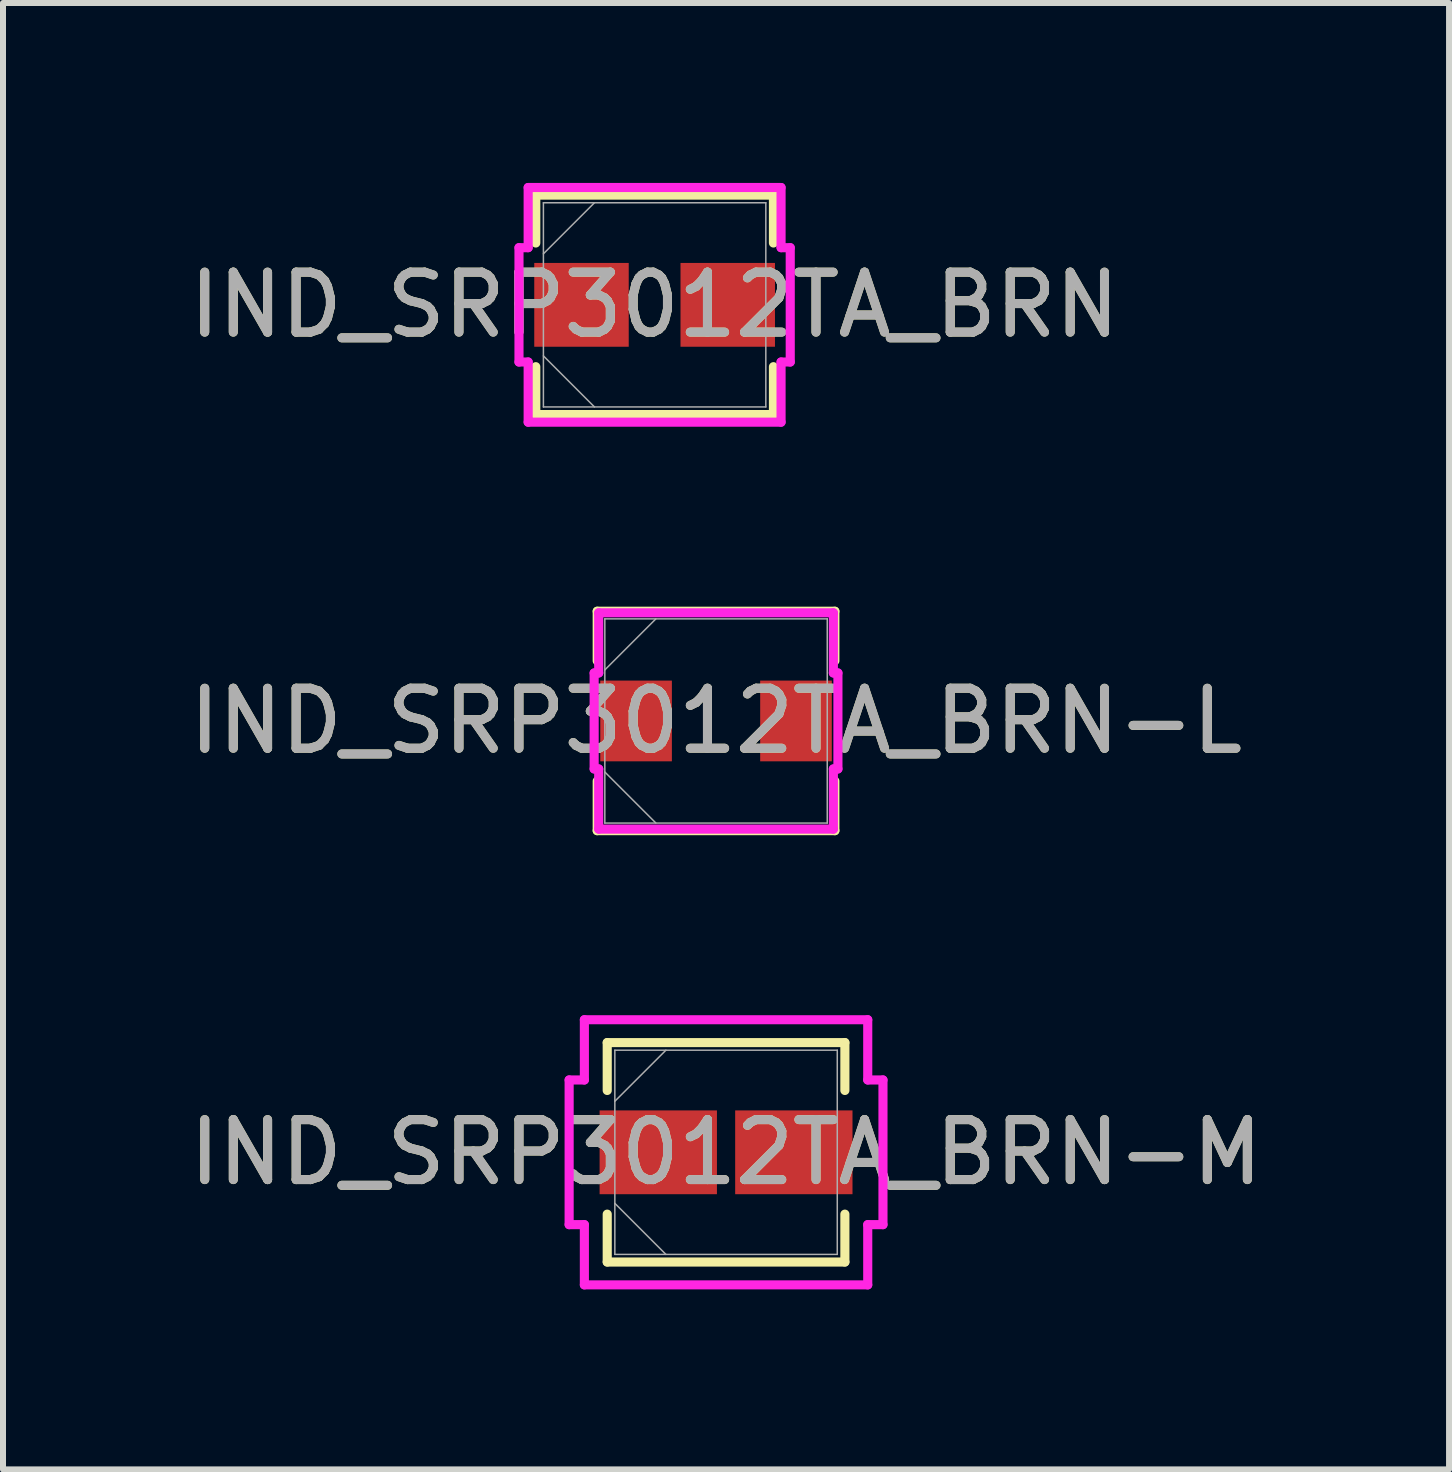
<source format=kicad_pcb>
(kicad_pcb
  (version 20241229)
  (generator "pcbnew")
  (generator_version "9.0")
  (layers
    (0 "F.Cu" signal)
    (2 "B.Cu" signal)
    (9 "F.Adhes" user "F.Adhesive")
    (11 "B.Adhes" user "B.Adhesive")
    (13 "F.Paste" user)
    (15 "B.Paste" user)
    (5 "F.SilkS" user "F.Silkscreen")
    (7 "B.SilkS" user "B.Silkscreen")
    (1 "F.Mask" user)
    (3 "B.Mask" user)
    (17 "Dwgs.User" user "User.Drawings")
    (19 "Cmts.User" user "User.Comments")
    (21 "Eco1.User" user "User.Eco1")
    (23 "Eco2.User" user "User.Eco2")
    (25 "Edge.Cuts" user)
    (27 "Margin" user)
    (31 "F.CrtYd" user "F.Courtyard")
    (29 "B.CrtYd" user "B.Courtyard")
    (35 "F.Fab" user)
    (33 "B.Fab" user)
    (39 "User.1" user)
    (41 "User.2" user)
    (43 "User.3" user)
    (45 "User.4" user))
  (footprint "IND_SRP3012TA_BRN-L"
    (layer "F.Cu")
    (at 8.887 8.969)
    (property "Reference" "IND_SRP3012TA_BRN-L" (at 0 0 0) (unlocked yes) (layer "F.SilkS") (effects (font (size 1 1) (thickness 0.15))))
    (attr smd)
    (fp_line (start -1.981 -1.829) (end -1.981 -1.002) (stroke (width 0.152) (type solid)) (layer "F.SilkS"))
    (fp_line (start -1.981 1.002) (end -1.981 1.829) (stroke (width 0.152) (type solid)) (layer "F.SilkS"))
    (fp_line (start -1.981 1.829) (end 1.981 1.829) (stroke (width 0.152) (type solid)) (layer "F.SilkS"))
    (fp_line (start 1.981 -1.829) (end -1.981 -1.829) (stroke (width 0.152) (type solid)) (layer "F.SilkS"))
    (fp_line (start 1.981 -1.002) (end 1.981 -1.829) (stroke (width 0.152) (type solid)) (layer "F.SilkS"))
    (fp_line (start 1.981 1.829) (end 1.981 1.002) (stroke (width 0.152) (type solid)) (layer "F.SilkS"))
    (fp_line (start -2.032 -0.8) (end -1.956 -0.8) (stroke (width 0.152) (type solid)) (layer "F.CrtYd"))
    (fp_line (start -2.032 0.8) (end -2.032 -0.8) (stroke (width 0.152) (type solid)) (layer "F.CrtYd"))
    (fp_line (start -1.956 -1.803) (end 1.956 -1.803) (stroke (width 0.152) (type solid)) (layer "F.CrtYd"))
    (fp_line (start -1.956 -0.8) (end -1.956 -1.803) (stroke (width 0.152) (type solid)) (layer "F.CrtYd"))
    (fp_line (start -1.956 0.8) (end -2.032 0.8) (stroke (width 0.152) (type solid)) (layer "F.CrtYd"))
    (fp_line (start -1.956 0.8) (end -1.956 1.803) (stroke (width 0.152) (type solid)) (layer "F.CrtYd"))
    (fp_line (start -1.956 1.803) (end 1.956 1.803) (stroke (width 0.152) (type solid)) (layer "F.CrtYd"))
    (fp_line (start 1.956 -1.803) (end 1.956 -0.8) (stroke (width 0.152) (type solid)) (layer "F.CrtYd"))
    (fp_line (start 1.956 -0.8) (end 2.032 -0.8) (stroke (width 0.152) (type solid)) (layer "F.CrtYd"))
    (fp_line (start 1.956 0.8) (end 2.032 0.8) (stroke (width 0.152) (type solid)) (layer "F.CrtYd"))
    (fp_line (start 1.956 1.803) (end 1.956 0.8) (stroke (width 0.152) (type solid)) (layer "F.CrtYd"))
    (fp_line (start 2.032 -0.8) (end 2.032 0.8) (stroke (width 0.152) (type solid)) (layer "F.CrtYd"))
    (fp_line (start -1.854 -1.702) (end -1.854 1.702) (stroke (width 0.025) (type solid)) (layer "F.Fab"))
    (fp_line (start -1.854 -0.851) (end -1.003 -1.702) (stroke (width 0.025) (type solid)) (layer "F.Fab"))
    (fp_line (start -1.854 0.851) (end -1.003 1.702) (stroke (width 0.025) (type solid)) (layer "F.Fab"))
    (fp_line (start -1.854 1.702) (end 1.854 1.702) (stroke (width 0.025) (type solid)) (layer "F.Fab"))
    (fp_line (start 1.854 -1.702) (end -1.854 -1.702) (stroke (width 0.025) (type solid)) (layer "F.Fab"))
    (fp_line (start 1.854 1.702) (end 1.854 -1.702) (stroke (width 0.025) (type solid)) (layer "F.Fab"))
    (fp_text user "${REFERENCE}" (at 0 0 0) (unlocked yes) (layer "F.Fab") (effects (font (size 1 1) (thickness 0.15))))
    (pad "1" smd rect (at -1.333 0 90) (size 1.346 1.194) (layers "F.Cu" "F.Mask" "F.Paste"))
    (pad "2" smd rect (at 1.333 0 90) (size 1.346 1.194) (layers "F.Cu" "F.Mask" "F.Paste")))
  (footprint "IND_SRP3012TA_BRN"
    (layer "F.Cu")
    (at 7.863 2.032)
    (property "Reference" "IND_SRP3012TA_BRN" (at 0 0 0) (unlocked yes) (layer "F.SilkS") (effects (font (size 1 1) (thickness 0.15))))
    (attr smd)
    (fp_line (start -1.981 -1.829) (end -1.981 -1.031) (stroke (width 0.152) (type solid)) (layer "F.SilkS"))
    (fp_line (start -1.981 1.031) (end -1.981 1.829) (stroke (width 0.152) (type solid)) (layer "F.SilkS"))
    (fp_line (start -1.981 1.829) (end 1.981 1.829) (stroke (width 0.152) (type solid)) (layer "F.SilkS"))
    (fp_line (start 1.981 -1.829) (end -1.981 -1.829) (stroke (width 0.152) (type solid)) (layer "F.SilkS"))
    (fp_line (start 1.981 -1.031) (end 1.981 -1.829) (stroke (width 0.152) (type solid)) (layer "F.SilkS"))
    (fp_line (start 1.981 1.829) (end 1.981 1.031) (stroke (width 0.152) (type solid)) (layer "F.SilkS"))
    (fp_line (start -2.261 -0.953) (end -2.108 -0.953) (stroke (width 0.152) (type solid)) (layer "F.CrtYd"))
    (fp_line (start -2.261 0.953) (end -2.261 -0.953) (stroke (width 0.152) (type solid)) (layer "F.CrtYd"))
    (fp_line (start -2.108 -1.956) (end 2.108 -1.956) (stroke (width 0.152) (type solid)) (layer "F.CrtYd"))
    (fp_line (start -2.108 -0.953) (end -2.108 -1.956) (stroke (width 0.152) (type solid)) (layer "F.CrtYd"))
    (fp_line (start -2.108 0.953) (end -2.261 0.953) (stroke (width 0.152) (type solid)) (layer "F.CrtYd"))
    (fp_line (start -2.108 0.953) (end -2.108 1.956) (stroke (width 0.152) (type solid)) (layer "F.CrtYd"))
    (fp_line (start -2.108 1.956) (end 2.108 1.956) (stroke (width 0.152) (type solid)) (layer "F.CrtYd"))
    (fp_line (start 2.108 -1.956) (end 2.108 -0.953) (stroke (width 0.152) (type solid)) (layer "F.CrtYd"))
    (fp_line (start 2.108 -0.953) (end 2.261 -0.953) (stroke (width 0.152) (type solid)) (layer "F.CrtYd"))
    (fp_line (start 2.108 0.953) (end 2.261 0.953) (stroke (width 0.152) (type solid)) (layer "F.CrtYd"))
    (fp_line (start 2.108 1.956) (end 2.108 0.953) (stroke (width 0.152) (type solid)) (layer "F.CrtYd"))
    (fp_line (start 2.261 -0.953) (end 2.261 0.953) (stroke (width 0.152) (type solid)) (layer "F.CrtYd"))
    (fp_line (start -1.854 -1.702) (end -1.854 1.702) (stroke (width 0.025) (type solid)) (layer "F.Fab"))
    (fp_line (start -1.854 -0.851) (end -1.003 -1.702) (stroke (width 0.025) (type solid)) (layer "F.Fab"))
    (fp_line (start -1.854 0.851) (end -1.003 1.702) (stroke (width 0.025) (type solid)) (layer "F.Fab"))
    (fp_line (start -1.854 1.702) (end 1.854 1.702) (stroke (width 0.025) (type solid)) (layer "F.Fab"))
    (fp_line (start 1.854 -1.702) (end -1.854 -1.702) (stroke (width 0.025) (type solid)) (layer "F.Fab"))
    (fp_line (start 1.854 1.702) (end 1.854 -1.702) (stroke (width 0.025) (type solid)) (layer "F.Fab"))
    (fp_text user "${REFERENCE}" (at 0 0 0) (unlocked yes) (layer "F.Fab") (effects (font (size 1 1) (thickness 0.15))))
    (pad "1" smd rect (at -1.219 0 90) (size 1.397 1.575) (layers "F.Cu" "F.Mask" "F.Paste"))
    (pad "2" smd rect (at 1.219 0 90) (size 1.397 1.575) (layers "F.Cu" "F.Mask" "F.Paste")))
  (footprint "IND_SRP3012TA_BRN-M"
    (layer "F.Cu")
    (at 9.054 16.16)
    (property "Reference" "IND_SRP3012TA_BRN-M" (at 0 0 0) (unlocked yes) (layer "F.SilkS") (effects (font (size 1 1) (thickness 0.15))))
    (attr smd)
    (fp_line (start -1.981 -1.829) (end -1.981 -1.031) (stroke (width 0.152) (type solid)) (layer "F.SilkS"))
    (fp_line (start -1.981 1.031) (end -1.981 1.829) (stroke (width 0.152) (type solid)) (layer "F.SilkS"))
    (fp_line (start -1.981 1.829) (end 1.981 1.829) (stroke (width 0.152) (type solid)) (layer "F.SilkS"))
    (fp_line (start 1.981 -1.829) (end -1.981 -1.829) (stroke (width 0.152) (type solid)) (layer "F.SilkS"))
    (fp_line (start 1.981 -1.031) (end 1.981 -1.829) (stroke (width 0.152) (type solid)) (layer "F.SilkS"))
    (fp_line (start 1.981 1.829) (end 1.981 1.031) (stroke (width 0.152) (type solid)) (layer "F.SilkS"))
    (fp_line (start -2.616 -1.206) (end -2.362 -1.206) (stroke (width 0.152) (type solid)) (layer "F.CrtYd"))
    (fp_line (start -2.616 1.206) (end -2.616 -1.206) (stroke (width 0.152) (type solid)) (layer "F.CrtYd"))
    (fp_line (start -2.362 -2.21) (end 2.362 -2.21) (stroke (width 0.152) (type solid)) (layer "F.CrtYd"))
    (fp_line (start -2.362 -1.206) (end -2.362 -2.21) (stroke (width 0.152) (type solid)) (layer "F.CrtYd"))
    (fp_line (start -2.362 1.206) (end -2.616 1.206) (stroke (width 0.152) (type solid)) (layer "F.CrtYd"))
    (fp_line (start -2.362 1.206) (end -2.362 2.21) (stroke (width 0.152) (type solid)) (layer "F.CrtYd"))
    (fp_line (start -2.362 2.21) (end 2.362 2.21) (stroke (width 0.152) (type solid)) (layer "F.CrtYd"))
    (fp_line (start 2.362 -2.21) (end 2.362 -1.206) (stroke (width 0.152) (type solid)) (layer "F.CrtYd"))
    (fp_line (start 2.362 -1.206) (end 2.616 -1.206) (stroke (width 0.152) (type solid)) (layer "F.CrtYd"))
    (fp_line (start 2.362 1.206) (end 2.616 1.206) (stroke (width 0.152) (type solid)) (layer "F.CrtYd"))
    (fp_line (start 2.362 2.21) (end 2.362 1.206) (stroke (width 0.152) (type solid)) (layer "F.CrtYd"))
    (fp_line (start 2.616 -1.206) (end 2.616 1.206) (stroke (width 0.152) (type solid)) (layer "F.CrtYd"))
    (fp_line (start -1.854 -1.702) (end -1.854 1.702) (stroke (width 0.025) (type solid)) (layer "F.Fab"))
    (fp_line (start -1.854 -0.851) (end -1.003 -1.702) (stroke (width 0.025) (type solid)) (layer "F.Fab"))
    (fp_line (start -1.854 0.851) (end -1.003 1.702) (stroke (width 0.025) (type solid)) (layer "F.Fab"))
    (fp_line (start -1.854 1.702) (end 1.854 1.702) (stroke (width 0.025) (type solid)) (layer "F.Fab"))
    (fp_line (start 1.854 -1.702) (end -1.854 -1.702) (stroke (width 0.025) (type solid)) (layer "F.Fab"))
    (fp_line (start 1.854 1.702) (end 1.854 -1.702) (stroke (width 0.025) (type solid)) (layer "F.Fab"))
    (fp_text user "${REFERENCE}" (at 0 0 0) (unlocked yes) (layer "F.Fab") (effects (font (size 1 1) (thickness 0.15))))
    (pad "1" smd rect (at -1.13 0 90) (size 1.397 1.956) (layers "F.Cu" "F.Mask" "F.Paste"))
    (pad "2" smd rect (at 1.13 0 90) (size 1.397 1.956) (layers "F.Cu" "F.Mask" "F.Paste")))
  (gr_rect
    (start -3 -3)
    (end 21.107 21.446)
    (stroke (width 0.1) (type default))
    (fill no)
    (layer "Edge.Cuts")))
</source>
